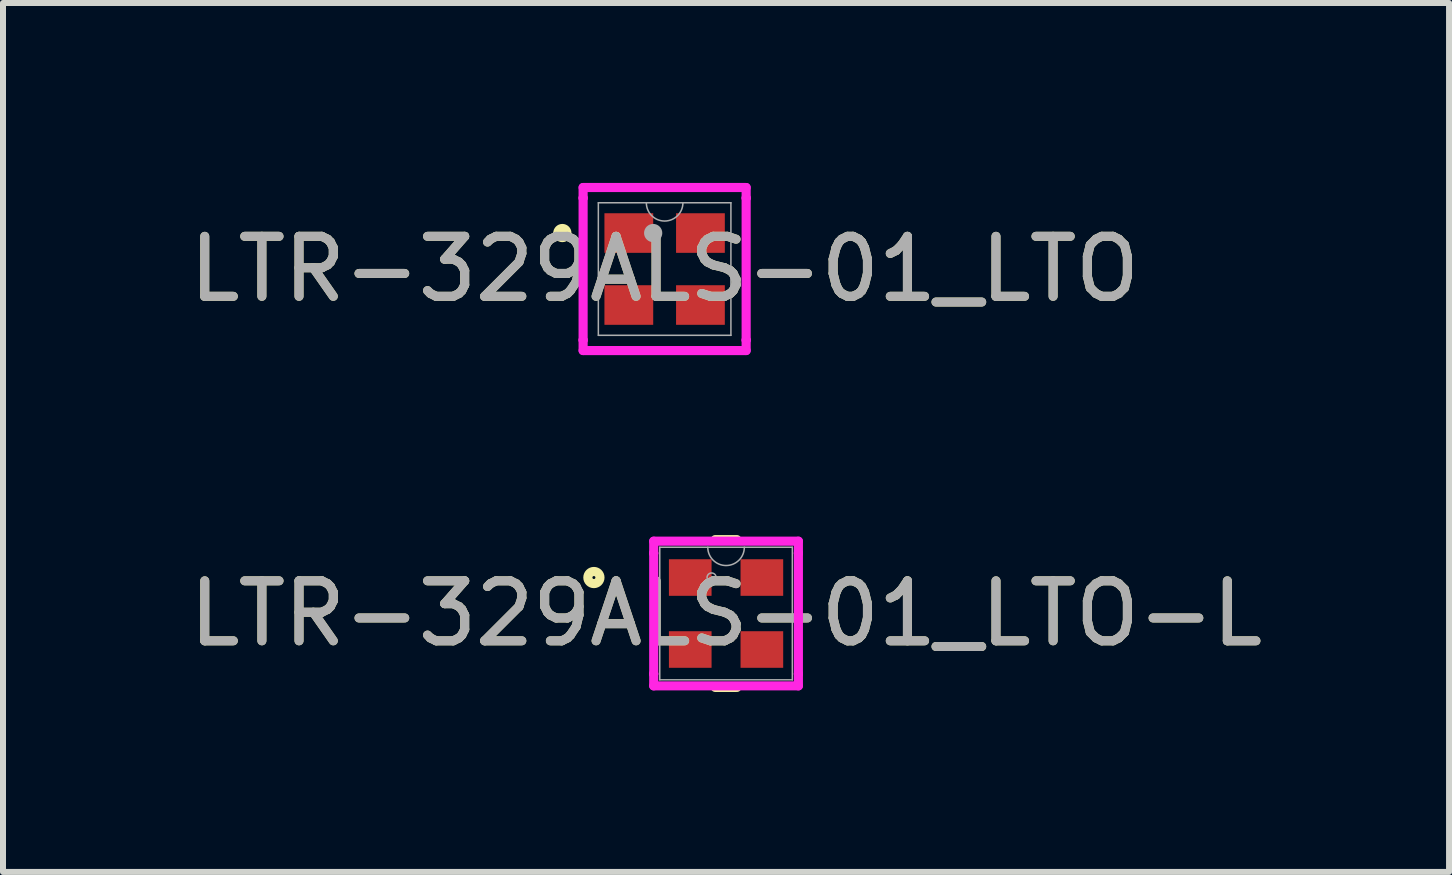
<source format=kicad_pcb>
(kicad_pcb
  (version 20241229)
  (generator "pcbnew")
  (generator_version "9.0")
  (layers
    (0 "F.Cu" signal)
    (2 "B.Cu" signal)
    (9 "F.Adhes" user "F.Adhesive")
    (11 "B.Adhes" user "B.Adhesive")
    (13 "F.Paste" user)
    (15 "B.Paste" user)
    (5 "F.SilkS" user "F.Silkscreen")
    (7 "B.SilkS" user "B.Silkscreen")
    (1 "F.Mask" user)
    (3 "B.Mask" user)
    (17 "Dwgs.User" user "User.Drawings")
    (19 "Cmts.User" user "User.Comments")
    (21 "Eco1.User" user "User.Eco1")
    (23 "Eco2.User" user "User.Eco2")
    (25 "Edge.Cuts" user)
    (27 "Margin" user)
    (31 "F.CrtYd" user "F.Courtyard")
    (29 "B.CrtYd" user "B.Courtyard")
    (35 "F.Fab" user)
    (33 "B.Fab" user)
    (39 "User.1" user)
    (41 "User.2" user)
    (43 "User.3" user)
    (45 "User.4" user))
  (footprint "LTR-329ALS-01_LTO-L"
    (layer "F.Cu")
    (at 9.054 7.178)
    (property "Reference" "LTR-329ALS-01_LTO-L" (at 0 0 0) (unlocked yes) (layer "F.SilkS") (effects (font (size 1 1) (thickness 0.15))))
    (attr smd)
    (fp_line (start -0.18 1.232) (end 0.18 1.232) (stroke (width 0.152) (type solid)) (layer "F.SilkS"))
    (fp_line (start 0.18 -1.232) (end -0.18 -1.232) (stroke (width 0.152) (type solid)) (layer "F.SilkS"))
    (fp_circle (center -2.203 -0.6) (end -2.102 -0.6) (stroke (width 0.152) (type solid)) (fill no) (layer "F.SilkS"))
    (fp_line (start -1.206 -1.206) (end 1.206 -1.206) (stroke (width 0.152) (type solid)) (layer "F.CrtYd"))
    (fp_line (start -1.206 -1.006) (end -1.206 -1.206) (stroke (width 0.152) (type solid)) (layer "F.CrtYd"))
    (fp_line (start -1.206 -1.006) (end -1.206 -1.006) (stroke (width 0.152) (type solid)) (layer "F.CrtYd"))
    (fp_line (start -1.206 1.006) (end -1.206 -1.006) (stroke (width 0.152) (type solid)) (layer "F.CrtYd"))
    (fp_line (start -1.206 1.006) (end -1.206 1.006) (stroke (width 0.152) (type solid)) (layer "F.CrtYd"))
    (fp_line (start -1.206 1.206) (end -1.206 1.006) (stroke (width 0.152) (type solid)) (layer "F.CrtYd"))
    (fp_line (start 1.206 -1.206) (end 1.206 -1.006) (stroke (width 0.152) (type solid)) (layer "F.CrtYd"))
    (fp_line (start 1.206 -1.006) (end 1.206 -1.006) (stroke (width 0.152) (type solid)) (layer "F.CrtYd"))
    (fp_line (start 1.206 -1.006) (end 1.206 1.006) (stroke (width 0.152) (type solid)) (layer "F.CrtYd"))
    (fp_line (start 1.206 1.006) (end 1.206 1.006) (stroke (width 0.152) (type solid)) (layer "F.CrtYd"))
    (fp_line (start 1.206 1.006) (end 1.206 1.206) (stroke (width 0.152) (type solid)) (layer "F.CrtYd"))
    (fp_line (start 1.206 1.206) (end -1.206 1.206) (stroke (width 0.152) (type solid)) (layer "F.CrtYd"))
    (fp_line (start -1.105 -1.105) (end -1.105 1.105) (stroke (width 0.025) (type solid)) (layer "F.Fab"))
    (fp_line (start -1.105 1.105) (end 1.105 1.105) (stroke (width 0.025) (type solid)) (layer "F.Fab"))
    (fp_line (start 1.105 -1.105) (end -1.105 -1.105) (stroke (width 0.025) (type solid)) (layer "F.Fab"))
    (fp_line (start 1.105 1.105) (end 1.105 -1.105) (stroke (width 0.025) (type solid)) (layer "F.Fab"))
    (fp_arc (start 0.3048 -1.1049) (mid 0 -0.8001) (end -0.3048 -1.1049) (stroke (width 0.0254) (type solid)) (layer "F.Fab"))
    (fp_circle (center -0.241 -0.6) (end -0.165 -0.6) (stroke (width 0.025) (type solid)) (fill no) (layer "F.Fab"))
    (fp_text user "${REFERENCE}" (at 0 0 0) (unlocked yes) (layer "F.Fab") (effects (font (size 1 1) (thickness 0.15))))
    (pad "1" smd rect (at -0.597 -0.6) (size 0.711 0.61) (layers "F.Cu" "F.Mask" "F.Paste"))
    (pad "2" smd rect (at -0.597 0.6) (size 0.711 0.61) (layers "F.Cu" "F.Mask" "F.Paste"))
    (pad "3" smd rect (at 0.597 0.6) (size 0.711 0.61) (layers "F.Cu" "F.Mask" "F.Paste"))
    (pad "4" smd rect (at 0.597 -0.6) (size 0.711 0.61) (layers "F.Cu" "F.Mask" "F.Paste")))
  (footprint "LTR-329ALS-01_LTO"
    (layer "F.Cu")
    (at 8.03 1.435)
    (property "Reference" "LTR-329ALS-01_LTO" (at 0 0 0) (unlocked yes) (layer "F.SilkS") (effects (font (size 1 1) (thickness 0.15))))
    (attr smd)
    (fp_circle (center -1.705 -0.6) (end -1.629 -0.6) (stroke (width 0.152) (type solid)) (fill no) (layer "F.SilkS"))
    (fp_line (start -1.359 -1.359) (end 1.359 -1.359) (stroke (width 0.152) (type solid)) (layer "F.CrtYd"))
    (fp_line (start -1.359 -1.184) (end -1.359 -1.359) (stroke (width 0.152) (type solid)) (layer "F.CrtYd"))
    (fp_line (start -1.359 -1.184) (end -1.359 -1.184) (stroke (width 0.152) (type solid)) (layer "F.CrtYd"))
    (fp_line (start -1.359 1.184) (end -1.359 -1.184) (stroke (width 0.152) (type solid)) (layer "F.CrtYd"))
    (fp_line (start -1.359 1.184) (end -1.359 1.184) (stroke (width 0.152) (type solid)) (layer "F.CrtYd"))
    (fp_line (start -1.359 1.359) (end -1.359 1.184) (stroke (width 0.152) (type solid)) (layer "F.CrtYd"))
    (fp_line (start 1.359 -1.359) (end 1.359 -1.184) (stroke (width 0.152) (type solid)) (layer "F.CrtYd"))
    (fp_line (start 1.359 -1.184) (end 1.359 -1.184) (stroke (width 0.152) (type solid)) (layer "F.CrtYd"))
    (fp_line (start 1.359 -1.184) (end 1.359 1.184) (stroke (width 0.152) (type solid)) (layer "F.CrtYd"))
    (fp_line (start 1.359 1.184) (end 1.359 1.184) (stroke (width 0.152) (type solid)) (layer "F.CrtYd"))
    (fp_line (start 1.359 1.184) (end 1.359 1.359) (stroke (width 0.152) (type solid)) (layer "F.CrtYd"))
    (fp_line (start 1.359 1.359) (end -1.359 1.359) (stroke (width 0.152) (type solid)) (layer "F.CrtYd"))
    (fp_line (start -1.105 -1.105) (end -1.105 1.105) (stroke (width 0.025) (type solid)) (layer "F.Fab"))
    (fp_line (start -1.105 1.105) (end 1.105 1.105) (stroke (width 0.025) (type solid)) (layer "F.Fab"))
    (fp_line (start 1.105 -1.105) (end -1.105 -1.105) (stroke (width 0.025) (type solid)) (layer "F.Fab"))
    (fp_line (start 1.105 1.105) (end 1.105 -1.105) (stroke (width 0.025) (type solid)) (layer "F.Fab"))
    (fp_arc (start 0.3048 -1.1049) (mid 0 -0.8001) (end -0.3048 -1.1049) (stroke (width 0.0254) (type solid)) (layer "F.Fab"))
    (fp_circle (center -0.191 -0.6) (end -0.191 -0.6) (stroke (width 0.152) (type solid)) (fill no) (layer "F.Fab"))
    (fp_text user "${REFERENCE}" (at 0 0 0) (unlocked yes) (layer "F.Fab") (effects (font (size 1 1) (thickness 0.15))))
    (pad "1" smd rect (at -0.597 -0.6) (size 0.813 0.66) (layers "F.Cu" "F.Mask" "F.Paste"))
    (pad "2" smd rect (at -0.597 0.6) (size 0.813 0.66) (layers "F.Cu" "F.Mask" "F.Paste"))
    (pad "3" smd rect (at 0.597 0.6) (size 0.813 0.66) (layers "F.Cu" "F.Mask" "F.Paste"))
    (pad "4" smd rect (at 0.597 -0.6) (size 0.813 0.66) (layers "F.Cu" "F.Mask" "F.Paste")))
  (gr_rect
    (start -3 -3)
    (end 21.107 11.486)
    (stroke (width 0.1) (type default))
    (fill no)
    (layer "Edge.Cuts")))
</source>
